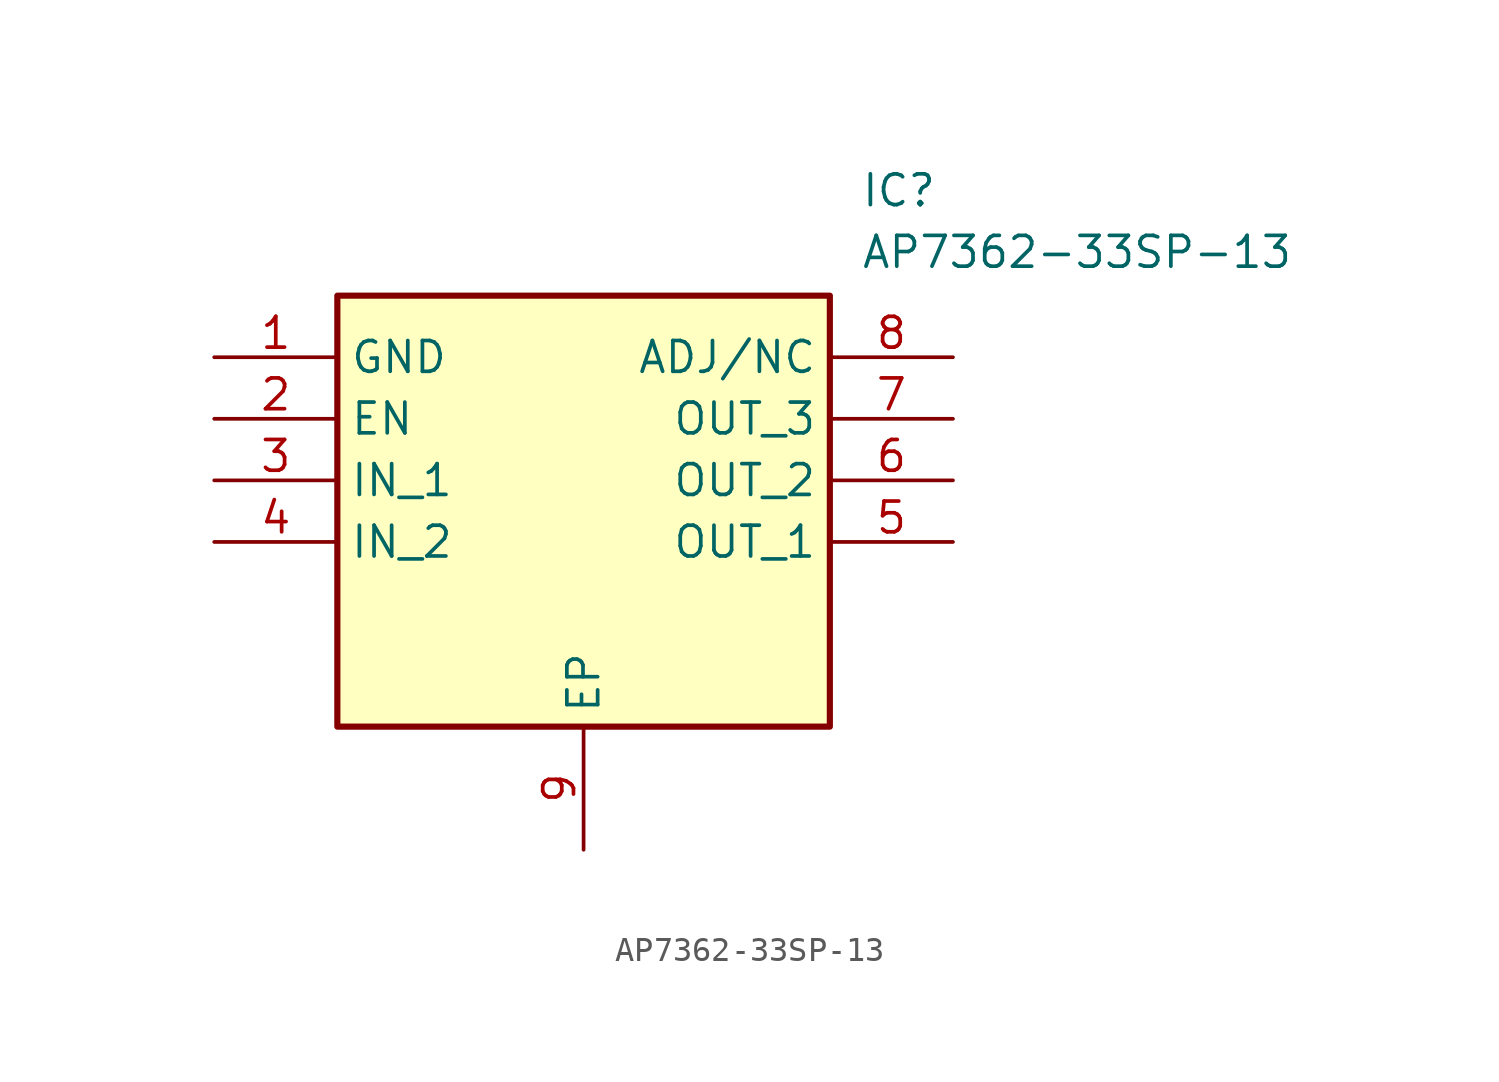
<source format=kicad_sym>
(kicad_symbol_lib
  (version 20211014)
  (generator SamacSys_ECAD_Model)
  (symbol "AP7362-33SP-13"
    (property "Reference" "IC"
      (at 26.67 7.62 0)
      (effects (font (size 1.27 1.27)) (justify left top)))
    (property "Value" "AP7362-33SP-13"
      (at 26.67 5.08 0)
      (effects (font (size 1.27 1.27)) (justify left top)))
    (rectangle
      (start 5.08 2.54)
      (end 25.4 -15.24)
      (stroke (width 0.254) (type default))
      (fill (type background)))
    (pin passive line
      (at 0 0 0)
      (length 5.08)
      (name "GND" (effects (font (size 1.27 1.27))))
      (number "1" (effects (font (size 1.27 1.27)))))
    (pin passive line
      (at 0 -2.54 0)
      (length 5.08)
      (name "EN" (effects (font (size 1.27 1.27))))
      (number "2" (effects (font (size 1.27 1.27)))))
    (pin passive line
      (at 0 -5.08 0)
      (length 5.08)
      (name "IN_1" (effects (font (size 1.27 1.27))))
      (number "3" (effects (font (size 1.27 1.27)))))
    (pin passive line
      (at 0 -7.62 0)
      (length 5.08)
      (name "IN_2" (effects (font (size 1.27 1.27))))
      (number "4" (effects (font (size 1.27 1.27)))))
    (pin passive line
      (at 15.24 -20.32 90)
      (length 5.08)
      (name "EP" (effects (font (size 1.27 1.27))))
      (number "9" (effects (font (size 1.27 1.27)))))
    (pin passive line
      (at 30.48 0 180)
      (length 5.08)
      (name "ADJ/NC" (effects (font (size 1.27 1.27))))
      (number "8" (effects (font (size 1.27 1.27)))))
    (pin passive line
      (at 30.48 -2.54 180)
      (length 5.08)
      (name "OUT_3" (effects (font (size 1.27 1.27))))
      (number "7" (effects (font (size 1.27 1.27)))))
    (pin passive line
      (at 30.48 -5.08 180)
      (length 5.08)
      (name "OUT_2" (effects (font (size 1.27 1.27))))
      (number "6" (effects (font (size 1.27 1.27)))))
    (pin passive line
      (at 30.48 -7.62 180)
      (length 5.08)
      (name "OUT_1" (effects (font (size 1.27 1.27))))
      (number "5" (effects (font (size 1.27 1.27)))))))
</source>
